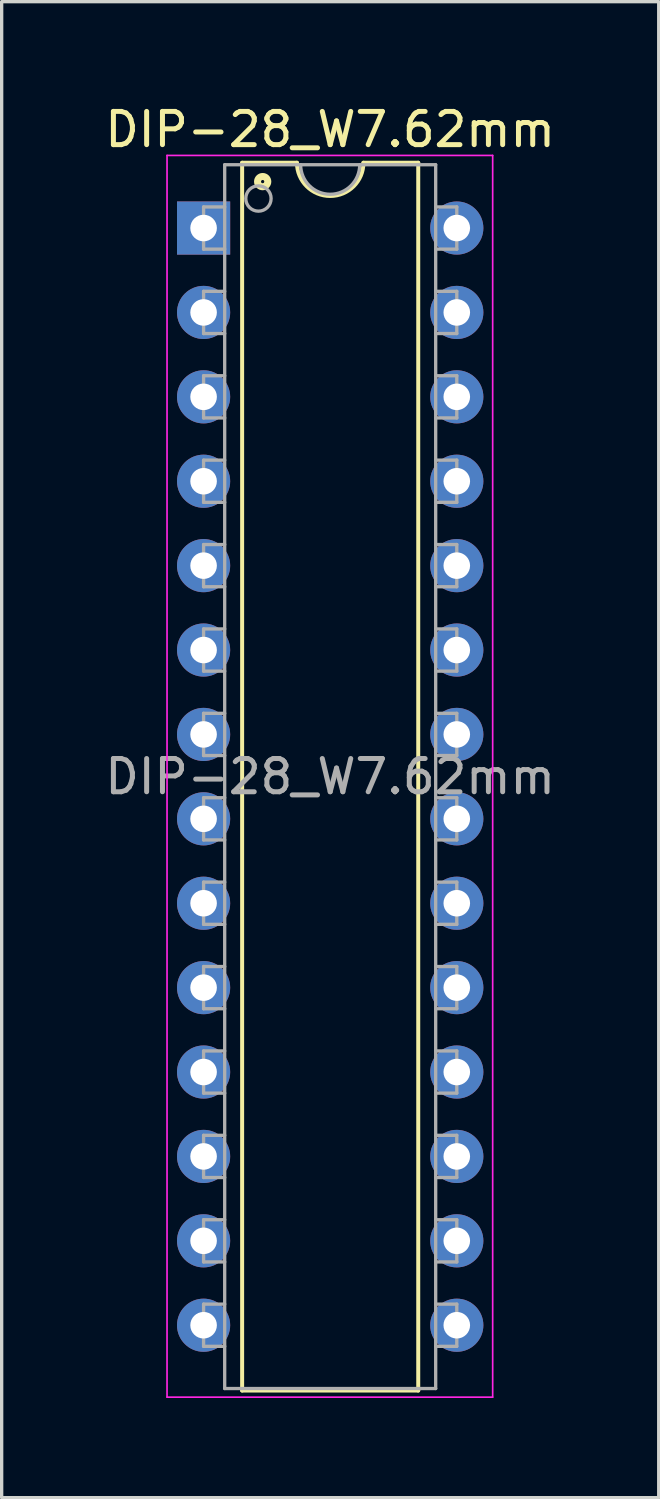
<source format=kicad_pcb>
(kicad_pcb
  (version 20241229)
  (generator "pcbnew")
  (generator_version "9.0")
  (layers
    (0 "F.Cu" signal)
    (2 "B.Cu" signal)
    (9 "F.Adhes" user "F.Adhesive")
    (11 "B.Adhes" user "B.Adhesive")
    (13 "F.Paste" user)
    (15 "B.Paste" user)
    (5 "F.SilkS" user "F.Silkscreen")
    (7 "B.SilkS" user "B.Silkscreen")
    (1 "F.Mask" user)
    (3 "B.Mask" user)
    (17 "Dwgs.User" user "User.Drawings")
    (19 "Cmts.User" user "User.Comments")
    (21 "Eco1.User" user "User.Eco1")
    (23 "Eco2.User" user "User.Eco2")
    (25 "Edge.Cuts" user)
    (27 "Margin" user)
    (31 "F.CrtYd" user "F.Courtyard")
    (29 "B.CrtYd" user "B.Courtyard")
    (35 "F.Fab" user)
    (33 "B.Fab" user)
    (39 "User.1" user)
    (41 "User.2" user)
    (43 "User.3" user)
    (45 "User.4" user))
  (footprint "DIP-28_W7.62mm"
    (layer "F.Cu")
    (at 3.077 3.813)
    (property "Reference" "DIP-28_W7.62mm" (at 3.81 -2.965 0) (layer "F.SilkS") (effects (font (size 1 1) (thickness 0.15))))
    (attr through_hole)
    (fp_line (start 1.16 -1.965) (end 1.16 34.985) (stroke (width 0.12) (type solid)) (layer "F.SilkS"))
    (fp_line (start 1.16 34.985) (end 6.46 34.985) (stroke (width 0.12) (type solid)) (layer "F.SilkS"))
    (fp_line (start 2.81 -1.965) (end 1.16 -1.965) (stroke (width 0.12) (type solid)) (layer "F.SilkS"))
    (fp_line (start 6.46 -1.965) (end 4.81 -1.965) (stroke (width 0.12) (type solid)) (layer "F.SilkS"))
    (fp_line (start 6.46 34.985) (end 6.46 -1.965) (stroke (width 0.12) (type solid)) (layer "F.SilkS"))
    (fp_arc (start 4.81 -1.965) (mid 3.81 -0.965) (end 2.81 -1.965) (stroke (width 0.12) (type solid)) (layer "F.SilkS"))
    (fp_circle (center 1.778 -1.397) (end 1.828 -1.397) (stroke (width 0.12) (type solid)) (fill no) (layer "F.SilkS"))
    (fp_circle (center 1.778 -1.397) (end 1.903 -1.397) (stroke (width 0.12) (type solid)) (fill no) (layer "F.SilkS"))
    (fp_circle (center 1.778 -1.397) (end 1.978 -1.397) (stroke (width 0.12) (type solid)) (fill no) (layer "F.SilkS"))
    (fp_line (start -1.1 -2.185) (end -1.1 35.185) (stroke (width 0.05) (type solid)) (layer "F.CrtYd"))
    (fp_line (start -1.1 35.185) (end 8.7 35.185) (stroke (width 0.05) (type solid)) (layer "F.CrtYd"))
    (fp_line (start 8.7 -2.185) (end -1.1 -2.185) (stroke (width 0.05) (type solid)) (layer "F.CrtYd"))
    (fp_line (start 8.7 35.185) (end 8.7 -2.185) (stroke (width 0.05) (type solid)) (layer "F.CrtYd"))
    (fp_line (start 0 -0.635) (end 0 0.635) (stroke (width 0.1) (type solid)) (layer "F.Fab"))
    (fp_line (start 0 -0.635) (end 0.635 -0.635) (stroke (width 0.1) (type solid)) (layer "F.Fab"))
    (fp_line (start 0 0.635) (end 0.635 0.635) (stroke (width 0.1) (type solid)) (layer "F.Fab"))
    (fp_line (start 0 1.905) (end 0 3.175) (stroke (width 0.1) (type solid)) (layer "F.Fab"))
    (fp_line (start 0 1.905) (end 0.635 1.905) (stroke (width 0.1) (type solid)) (layer "F.Fab"))
    (fp_line (start 0 3.175) (end 0.635 3.175) (stroke (width 0.1) (type solid)) (layer "F.Fab"))
    (fp_line (start 0 4.445) (end 0 5.715) (stroke (width 0.1) (type solid)) (layer "F.Fab"))
    (fp_line (start 0 4.445) (end 0.635 4.445) (stroke (width 0.1) (type solid)) (layer "F.Fab"))
    (fp_line (start 0 5.715) (end 0.635 5.715) (stroke (width 0.1) (type solid)) (layer "F.Fab"))
    (fp_line (start 0 6.985) (end 0 8.255) (stroke (width 0.1) (type solid)) (layer "F.Fab"))
    (fp_line (start 0 6.985) (end 0.635 6.985) (stroke (width 0.1) (type solid)) (layer "F.Fab"))
    (fp_line (start 0 8.255) (end 0.635 8.255) (stroke (width 0.1) (type solid)) (layer "F.Fab"))
    (fp_line (start 0 9.525) (end 0 10.795) (stroke (width 0.1) (type solid)) (layer "F.Fab"))
    (fp_line (start 0 9.525) (end 0.635 9.525) (stroke (width 0.1) (type solid)) (layer "F.Fab"))
    (fp_line (start 0 10.795) (end 0.635 10.795) (stroke (width 0.1) (type solid)) (layer "F.Fab"))
    (fp_line (start 0 12.065) (end 0 13.335) (stroke (width 0.1) (type solid)) (layer "F.Fab"))
    (fp_line (start 0 12.065) (end 0.635 12.065) (stroke (width 0.1) (type solid)) (layer "F.Fab"))
    (fp_line (start 0 13.335) (end 0.635 13.335) (stroke (width 0.1) (type solid)) (layer "F.Fab"))
    (fp_line (start 0 14.605) (end 0 15.875) (stroke (width 0.1) (type solid)) (layer "F.Fab"))
    (fp_line (start 0 14.605) (end 0.635 14.605) (stroke (width 0.1) (type solid)) (layer "F.Fab"))
    (fp_line (start 0 15.875) (end 0.635 15.875) (stroke (width 0.1) (type solid)) (layer "F.Fab"))
    (fp_line (start 0 17.145) (end 0 18.415) (stroke (width 0.1) (type solid)) (layer "F.Fab"))
    (fp_line (start 0 17.145) (end 0.635 17.145) (stroke (width 0.1) (type solid)) (layer "F.Fab"))
    (fp_line (start 0 18.415) (end 0.635 18.415) (stroke (width 0.1) (type solid)) (layer "F.Fab"))
    (fp_line (start 0 19.685) (end 0 20.955) (stroke (width 0.1) (type solid)) (layer "F.Fab"))
    (fp_line (start 0 19.685) (end 0.635 19.685) (stroke (width 0.1) (type solid)) (layer "F.Fab"))
    (fp_line (start 0 20.955) (end 0.635 20.955) (stroke (width 0.1) (type solid)) (layer "F.Fab"))
    (fp_line (start 0 22.225) (end 0 23.495) (stroke (width 0.1) (type solid)) (layer "F.Fab"))
    (fp_line (start 0 22.225) (end 0.635 22.225) (stroke (width 0.1) (type solid)) (layer "F.Fab"))
    (fp_line (start 0 23.495) (end 0.635 23.495) (stroke (width 0.1) (type solid)) (layer "F.Fab"))
    (fp_line (start 0 24.765) (end 0 26.035) (stroke (width 0.1) (type solid)) (layer "F.Fab"))
    (fp_line (start 0 24.765) (end 0.635 24.765) (stroke (width 0.1) (type solid)) (layer "F.Fab"))
    (fp_line (start 0 26.035) (end 0.635 26.035) (stroke (width 0.1) (type solid)) (layer "F.Fab"))
    (fp_line (start 0 27.305) (end 0 28.575) (stroke (width 0.1) (type solid)) (layer "F.Fab"))
    (fp_line (start 0 27.305) (end 0.635 27.305) (stroke (width 0.1) (type solid)) (layer "F.Fab"))
    (fp_line (start 0 28.575) (end 0.635 28.575) (stroke (width 0.1) (type solid)) (layer "F.Fab"))
    (fp_line (start 0 29.845) (end 0 31.115) (stroke (width 0.1) (type solid)) (layer "F.Fab"))
    (fp_line (start 0 29.845) (end 0.635 29.845) (stroke (width 0.1) (type solid)) (layer "F.Fab"))
    (fp_line (start 0 31.115) (end 0.635 31.115) (stroke (width 0.1) (type solid)) (layer "F.Fab"))
    (fp_line (start 0 32.385) (end 0 33.655) (stroke (width 0.1) (type solid)) (layer "F.Fab"))
    (fp_line (start 0 32.385) (end 0.635 32.385) (stroke (width 0.1) (type solid)) (layer "F.Fab"))
    (fp_line (start 0 33.655) (end 0.635 33.655) (stroke (width 0.1) (type solid)) (layer "F.Fab"))
    (fp_line (start 0.635 -1.905) (end 6.985 -1.905) (stroke (width 0.1) (type solid)) (layer "F.Fab"))
    (fp_line (start 0.635 34.925) (end 0.635 -1.905) (stroke (width 0.1) (type solid)) (layer "F.Fab"))
    (fp_line (start 6.985 -1.905) (end 6.985 34.925) (stroke (width 0.1) (type solid)) (layer "F.Fab"))
    (fp_line (start 6.985 34.925) (end 0.635 34.925) (stroke (width 0.1) (type solid)) (layer "F.Fab"))
    (fp_line (start 7.62 -0.635) (end 6.985 -0.635) (stroke (width 0.1) (type solid)) (layer "F.Fab"))
    (fp_line (start 7.62 0.635) (end 6.985 0.635) (stroke (width 0.1) (type solid)) (layer "F.Fab"))
    (fp_line (start 7.62 0.635) (end 7.62 -0.635) (stroke (width 0.1) (type solid)) (layer "F.Fab"))
    (fp_line (start 7.62 1.905) (end 6.985 1.905) (stroke (width 0.1) (type solid)) (layer "F.Fab"))
    (fp_line (start 7.62 3.175) (end 6.985 3.175) (stroke (width 0.1) (type solid)) (layer "F.Fab"))
    (fp_line (start 7.62 3.175) (end 7.62 1.905) (stroke (width 0.1) (type solid)) (layer "F.Fab"))
    (fp_line (start 7.62 4.445) (end 6.985 4.445) (stroke (width 0.1) (type solid)) (layer "F.Fab"))
    (fp_line (start 7.62 5.715) (end 6.985 5.715) (stroke (width 0.1) (type solid)) (layer "F.Fab"))
    (fp_line (start 7.62 5.715) (end 7.62 4.445) (stroke (width 0.1) (type solid)) (layer "F.Fab"))
    (fp_line (start 7.62 6.985) (end 6.985 6.985) (stroke (width 0.1) (type solid)) (layer "F.Fab"))
    (fp_line (start 7.62 8.255) (end 6.985 8.255) (stroke (width 0.1) (type solid)) (layer "F.Fab"))
    (fp_line (start 7.62 8.255) (end 7.62 6.985) (stroke (width 0.1) (type solid)) (layer "F.Fab"))
    (fp_line (start 7.62 9.525) (end 6.985 9.525) (stroke (width 0.1) (type solid)) (layer "F.Fab"))
    (fp_line (start 7.62 10.795) (end 6.985 10.795) (stroke (width 0.1) (type solid)) (layer "F.Fab"))
    (fp_line (start 7.62 10.795) (end 7.62 9.525) (stroke (width 0.1) (type solid)) (layer "F.Fab"))
    (fp_line (start 7.62 12.065) (end 6.985 12.065) (stroke (width 0.1) (type solid)) (layer "F.Fab"))
    (fp_line (start 7.62 13.335) (end 6.985 13.335) (stroke (width 0.1) (type solid)) (layer "F.Fab"))
    (fp_line (start 7.62 13.335) (end 7.62 12.065) (stroke (width 0.1) (type solid)) (layer "F.Fab"))
    (fp_line (start 7.62 14.605) (end 6.985 14.605) (stroke (width 0.1) (type solid)) (layer "F.Fab"))
    (fp_line (start 7.62 15.875) (end 6.985 15.875) (stroke (width 0.1) (type solid)) (layer "F.Fab"))
    (fp_line (start 7.62 15.875) (end 7.62 14.605) (stroke (width 0.1) (type solid)) (layer "F.Fab"))
    (fp_line (start 7.62 17.145) (end 6.985 17.145) (stroke (width 0.1) (type solid)) (layer "F.Fab"))
    (fp_line (start 7.62 18.415) (end 6.985 18.415) (stroke (width 0.1) (type solid)) (layer "F.Fab"))
    (fp_line (start 7.62 18.415) (end 7.62 17.145) (stroke (width 0.1) (type solid)) (layer "F.Fab"))
    (fp_line (start 7.62 19.685) (end 6.985 19.685) (stroke (width 0.1) (type solid)) (layer "F.Fab"))
    (fp_line (start 7.62 20.955) (end 6.985 20.955) (stroke (width 0.1) (type solid)) (layer "F.Fab"))
    (fp_line (start 7.62 20.955) (end 7.62 19.685) (stroke (width 0.1) (type solid)) (layer "F.Fab"))
    (fp_line (start 7.62 22.225) (end 6.985 22.225) (stroke (width 0.1) (type solid)) (layer "F.Fab"))
    (fp_line (start 7.62 23.495) (end 6.985 23.495) (stroke (width 0.1) (type solid)) (layer "F.Fab"))
    (fp_line (start 7.62 23.495) (end 7.62 22.225) (stroke (width 0.1) (type solid)) (layer "F.Fab"))
    (fp_line (start 7.62 24.765) (end 6.985 24.765) (stroke (width 0.1) (type solid)) (layer "F.Fab"))
    (fp_line (start 7.62 26.035) (end 6.985 26.035) (stroke (width 0.1) (type solid)) (layer "F.Fab"))
    (fp_line (start 7.62 26.035) (end 7.62 24.765) (stroke (width 0.1) (type solid)) (layer "F.Fab"))
    (fp_line (start 7.62 27.305) (end 6.985 27.305) (stroke (width 0.1) (type solid)) (layer "F.Fab"))
    (fp_line (start 7.62 28.575) (end 6.985 28.575) (stroke (width 0.1) (type solid)) (layer "F.Fab"))
    (fp_line (start 7.62 28.575) (end 7.62 27.305) (stroke (width 0.1) (type solid)) (layer "F.Fab"))
    (fp_line (start 7.62 29.845) (end 6.985 29.845) (stroke (width 0.1) (type solid)) (layer "F.Fab"))
    (fp_line (start 7.62 31.115) (end 6.985 31.115) (stroke (width 0.1) (type solid)) (layer "F.Fab"))
    (fp_line (start 7.62 31.115) (end 7.62 29.845) (stroke (width 0.1) (type solid)) (layer "F.Fab"))
    (fp_line (start 7.62 32.385) (end 6.985 32.385) (stroke (width 0.1) (type solid)) (layer "F.Fab"))
    (fp_line (start 7.62 33.655) (end 6.985 33.655) (stroke (width 0.1) (type solid)) (layer "F.Fab"))
    (fp_line (start 7.62 33.655) (end 7.62 32.385) (stroke (width 0.1) (type solid)) (layer "F.Fab"))
    (fp_arc (start 4.699 -1.905) (mid 3.81 -1.016) (end 2.921 -1.905) (stroke (width 0.1) (type solid)) (layer "F.Fab"))
    (fp_circle (center 1.651 -0.889) (end 2.032 -0.889) (stroke (width 0.1) (type solid)) (fill no) (layer "F.Fab"))
    (fp_text user "${REFERENCE}" (at 3.81 16.51 0) (layer "F.Fab") (effects (font (size 1 1) (thickness 0.15))))
    (pad "1" thru_hole rect (at 0 0) (size 1.6 1.6) (drill 0.8) (layers "*.Cu" "*.Mask"))
    (pad "2" thru_hole oval (at 0 2.54) (size 1.6 1.6) (drill 0.8) (layers "*.Cu" "*.Mask"))
    (pad "3" thru_hole oval (at 0 5.08) (size 1.6 1.6) (drill 0.8) (layers "*.Cu" "*.Mask"))
    (pad "4" thru_hole oval (at 0 7.62) (size 1.6 1.6) (drill 0.8) (layers "*.Cu" "*.Mask"))
    (pad "5" thru_hole oval (at 0 10.16) (size 1.6 1.6) (drill 0.8) (layers "*.Cu" "*.Mask"))
    (pad "6" thru_hole oval (at 0 12.7) (size 1.6 1.6) (drill 0.8) (layers "*.Cu" "*.Mask"))
    (pad "7" thru_hole oval (at 0 15.24) (size 1.6 1.6) (drill 0.8) (layers "*.Cu" "*.Mask"))
    (pad "8" thru_hole oval (at 0 17.78) (size 1.6 1.6) (drill 0.8) (layers "*.Cu" "*.Mask"))
    (pad "9" thru_hole oval (at 0 20.32) (size 1.6 1.6) (drill 0.8) (layers "*.Cu" "*.Mask"))
    (pad "10" thru_hole oval (at 0 22.86) (size 1.6 1.6) (drill 0.8) (layers "*.Cu" "*.Mask"))
    (pad "11" thru_hole oval (at 0 25.4) (size 1.6 1.6) (drill 0.8) (layers "*.Cu" "*.Mask"))
    (pad "12" thru_hole oval (at 0 27.94) (size 1.6 1.6) (drill 0.8) (layers "*.Cu" "*.Mask"))
    (pad "13" thru_hole oval (at 0 30.48) (size 1.6 1.6) (drill 0.8) (layers "*.Cu" "*.Mask"))
    (pad "14" thru_hole oval (at 0 33.02) (size 1.6 1.6) (drill 0.8) (layers "*.Cu" "*.Mask"))
    (pad "15" thru_hole oval (at 7.62 33.02) (size 1.6 1.6) (drill 0.8) (layers "*.Cu" "*.Mask"))
    (pad "16" thru_hole oval (at 7.62 30.48) (size 1.6 1.6) (drill 0.8) (layers "*.Cu" "*.Mask"))
    (pad "17" thru_hole oval (at 7.62 27.94) (size 1.6 1.6) (drill 0.8) (layers "*.Cu" "*.Mask"))
    (pad "18" thru_hole oval (at 7.62 25.4) (size 1.6 1.6) (drill 0.8) (layers "*.Cu" "*.Mask"))
    (pad "19" thru_hole oval (at 7.62 22.86) (size 1.6 1.6) (drill 0.8) (layers "*.Cu" "*.Mask"))
    (pad "20" thru_hole oval (at 7.62 20.32) (size 1.6 1.6) (drill 0.8) (layers "*.Cu" "*.Mask"))
    (pad "21" thru_hole oval (at 7.62 17.78) (size 1.6 1.6) (drill 0.8) (layers "*.Cu" "*.Mask"))
    (pad "22" thru_hole oval (at 7.62 15.24) (size 1.6 1.6) (drill 0.8) (layers "*.Cu" "*.Mask"))
    (pad "23" thru_hole oval (at 7.62 12.7) (size 1.6 1.6) (drill 0.8) (layers "*.Cu" "*.Mask"))
    (pad "24" thru_hole oval (at 7.62 10.16) (size 1.6 1.6) (drill 0.8) (layers "*.Cu" "*.Mask"))
    (pad "25" thru_hole oval (at 7.62 7.62) (size 1.6 1.6) (drill 0.8) (layers "*.Cu" "*.Mask"))
    (pad "26" thru_hole oval (at 7.62 5.08) (size 1.6 1.6) (drill 0.8) (layers "*.Cu" "*.Mask"))
    (pad "27" thru_hole oval (at 7.62 2.54) (size 1.6 1.6) (drill 0.8) (layers "*.Cu" "*.Mask"))
    (pad "28" thru_hole oval (at 7.62 0) (size 1.6 1.6) (drill 0.8) (layers "*.Cu" "*.Mask")))
  (gr_rect
    (start -3 -3)
    (end 16.774 42.023)
    (stroke (width 0.1) (type default))
    (fill no)
    (layer "Edge.Cuts")))
</source>
